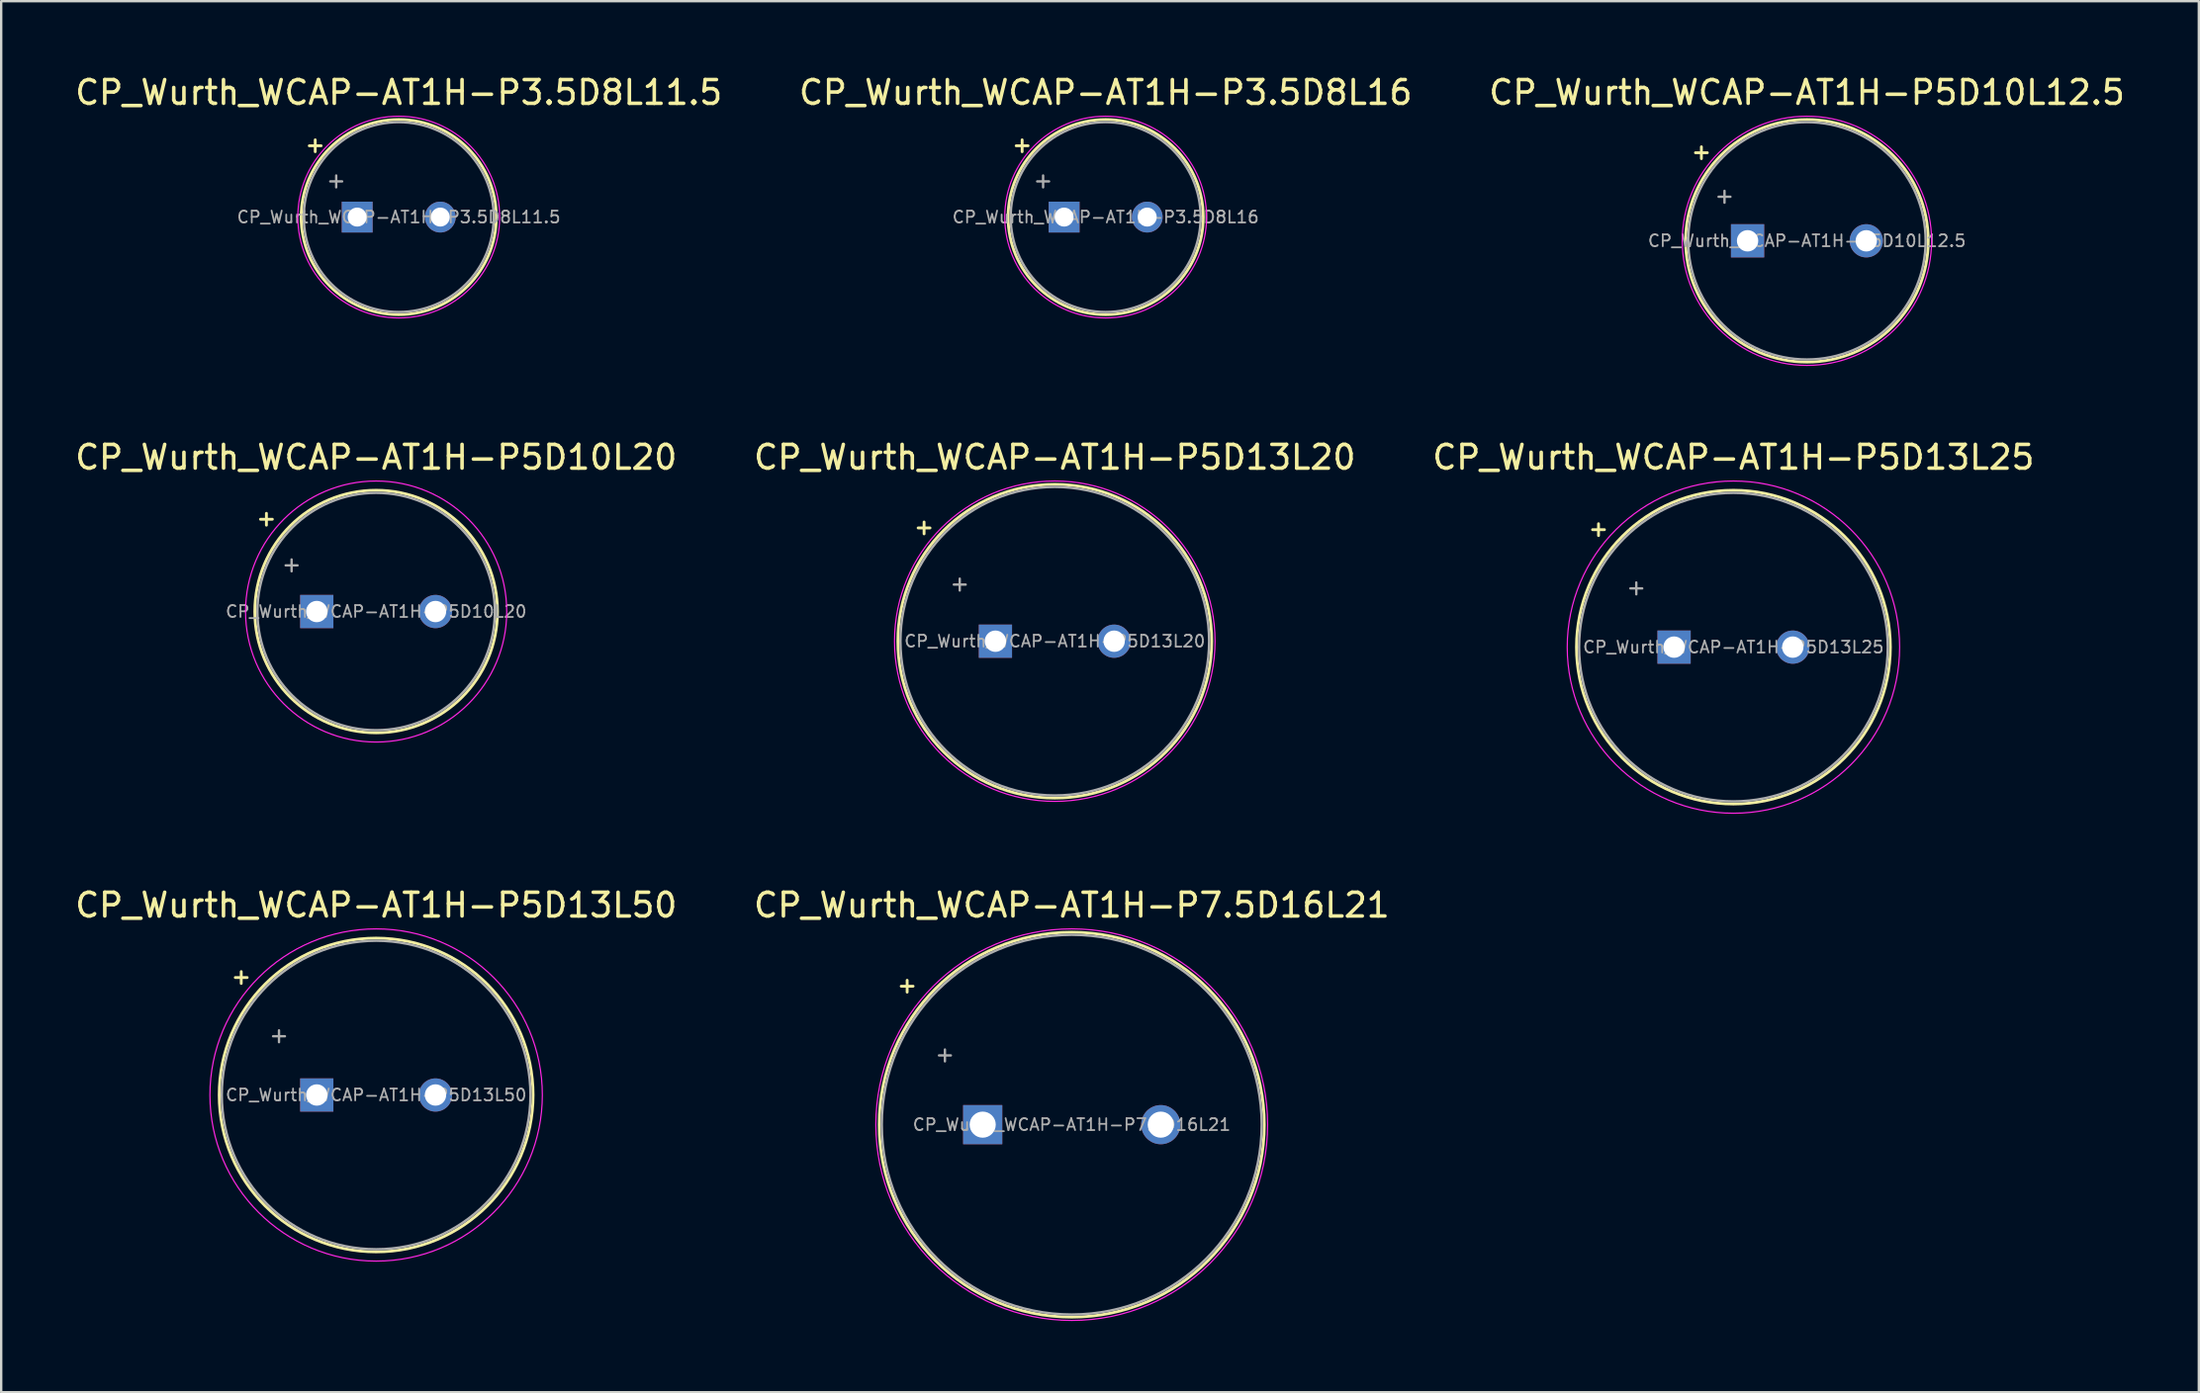
<source format=kicad_pcb>
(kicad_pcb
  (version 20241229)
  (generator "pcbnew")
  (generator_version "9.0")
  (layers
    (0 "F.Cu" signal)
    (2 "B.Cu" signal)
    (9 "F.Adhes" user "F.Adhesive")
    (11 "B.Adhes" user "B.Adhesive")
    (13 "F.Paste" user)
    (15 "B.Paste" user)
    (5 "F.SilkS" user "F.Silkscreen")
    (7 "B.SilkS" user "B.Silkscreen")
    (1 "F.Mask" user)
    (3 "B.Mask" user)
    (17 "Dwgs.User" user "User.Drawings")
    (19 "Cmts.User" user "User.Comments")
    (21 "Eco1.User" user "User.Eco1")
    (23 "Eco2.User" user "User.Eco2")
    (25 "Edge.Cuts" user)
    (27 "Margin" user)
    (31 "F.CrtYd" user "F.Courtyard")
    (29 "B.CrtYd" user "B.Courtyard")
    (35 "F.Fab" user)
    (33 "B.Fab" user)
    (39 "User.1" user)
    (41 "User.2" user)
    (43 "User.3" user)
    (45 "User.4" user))
  (footprint "CP_Wurth_WCAP-AT1H-P5D13L50"
    (layer "F.Cu")
    (at 10.292 43.095)
    (property "Reference" "CP_Wurth_WCAP-AT1H-P5D13L50" (at 2.5 -8 0) (unlocked yes) (layer "F.SilkS") (effects (font (size 1 1) (thickness 0.15))))
    (attr through_hole)
    (fp_line (start -3.432 -4.95) (end -2.932 -4.95) (stroke (width 0.12) (type solid)) (layer "F.SilkS"))
    (fp_line (start -3.182 -4.7) (end -3.182 -5.2) (stroke (width 0.12) (type solid)) (layer "F.SilkS"))
    (fp_circle (center 2.5 0) (end 9.11 0) (stroke (width 0.12) (type solid)) (fill no) (layer "F.SilkS"))
    (fp_circle (center 2.5 0) (end 9.5 0) (stroke (width 0.05) (type solid)) (fill no) (layer "F.CrtYd"))
    (fp_line (start -1.841 -2.475) (end -1.341 -2.475) (stroke (width 0.1) (type default)) (layer "F.Fab"))
    (fp_line (start -1.591 -2.225) (end -1.591 -2.725) (stroke (width 0.1) (type default)) (layer "F.Fab"))
    (fp_circle (center 2.5 0) (end 9 0) (stroke (width 0.1) (type solid)) (fill no) (layer "F.Fab"))
    (fp_text user "${REFERENCE}" (at 2.5 0 0) (unlocked yes) (layer "F.Fab") (effects (font (size 0.5 0.5) (thickness 0.075))))
    (pad "1" thru_hole rect (at 0 0) (size 1.4 1.4) (drill 0.9) (layers "*.Cu" "*.Mask"))
    (pad "2" thru_hole circle (at 5 0) (size 1.4 1.4) (drill 0.9) (layers "*.Cu" "*.Mask")))
  (footprint "CP_Wurth_WCAP-AT1H-P5D13L25"
    (layer "F.Cu")
    (at 67.458 24.221)
    (property "Reference" "CP_Wurth_WCAP-AT1H-P5D13L25" (at 2.5 -8 0) (unlocked yes) (layer "F.SilkS") (effects (font (size 1 1) (thickness 0.15))))
    (attr through_hole)
    (fp_line (start -3.432 -4.95) (end -2.932 -4.95) (stroke (width 0.12) (type solid)) (layer "F.SilkS"))
    (fp_line (start -3.182 -4.7) (end -3.182 -5.2) (stroke (width 0.12) (type solid)) (layer "F.SilkS"))
    (fp_circle (center 2.5 0) (end 9.11 0) (stroke (width 0.12) (type solid)) (fill no) (layer "F.SilkS"))
    (fp_circle (center 2.5 0) (end 9.5 0) (stroke (width 0.05) (type solid)) (fill no) (layer "F.CrtYd"))
    (fp_line (start -1.841 -2.475) (end -1.341 -2.475) (stroke (width 0.1) (type default)) (layer "F.Fab"))
    (fp_line (start -1.591 -2.225) (end -1.591 -2.725) (stroke (width 0.1) (type default)) (layer "F.Fab"))
    (fp_circle (center 2.5 0) (end 9 0) (stroke (width 0.1) (type solid)) (fill no) (layer "F.Fab"))
    (fp_text user "${REFERENCE}" (at 2.5 0 0) (unlocked yes) (layer "F.Fab") (effects (font (size 0.5 0.5) (thickness 0.075))))
    (pad "1" thru_hole rect (at 0 0) (size 1.4 1.4) (drill 0.9) (layers "*.Cu" "*.Mask"))
    (pad "2" thru_hole circle (at 5 0) (size 1.4 1.4) (drill 0.9) (layers "*.Cu" "*.Mask")))
  (footprint "CP_Wurth_WCAP-AT1H-P3.5D8L11.5"
    (layer "F.Cu")
    (at 11.994 6.098)
    (property "Reference" "CP_Wurth_WCAP-AT1H-P3.5D8L11.5" (at 1.75 -5.25 0) (unlocked yes) (layer "F.SilkS") (effects (font (size 1 1) (thickness 0.15))))
    (attr through_hole)
    (fp_line (start -2.018 -3.005) (end -1.518 -3.005) (stroke (width 0.12) (type solid)) (layer "F.SilkS"))
    (fp_line (start -1.768 -2.755) (end -1.768 -3.255) (stroke (width 0.12) (type solid)) (layer "F.SilkS"))
    (fp_circle (center 1.75 0) (end 5.86 0) (stroke (width 0.12) (type solid)) (fill no) (layer "F.SilkS"))
    (fp_circle (center 1.75 0) (end 6 0) (stroke (width 0.05) (type solid)) (fill no) (layer "F.CrtYd"))
    (fp_line (start -1.134 -1.503) (end -0.634 -1.503) (stroke (width 0.1) (type default)) (layer "F.Fab"))
    (fp_line (start -0.884 -1.253) (end -0.884 -1.753) (stroke (width 0.1) (type default)) (layer "F.Fab"))
    (fp_circle (center 1.75 0) (end 5.75 0) (stroke (width 0.1) (type solid)) (fill no) (layer "F.Fab"))
    (fp_text user "${REFERENCE}" (at 1.75 0 0) (unlocked yes) (layer "F.Fab") (effects (font (size 0.5 0.5) (thickness 0.075))))
    (pad "1" thru_hole rect (at 0 0) (size 1.3 1.3) (drill 0.8) (layers "*.Cu" "*.Mask"))
    (pad "2" thru_hole circle (at 3.5 0) (size 1.3 1.3) (drill 0.8) (layers "*.Cu" "*.Mask")))
  (footprint "CP_Wurth_WCAP-AT1H-P7.5D16L21"
    (layer "F.Cu")
    (at 38.339 44.345)
    (property "Reference" "CP_Wurth_WCAP-AT1H-P7.5D16L21" (at 3.75 -9.25 0) (unlocked yes) (layer "F.SilkS") (effects (font (size 1 1) (thickness 0.15))))
    (attr through_hole)
    (fp_line (start -3.432 -5.834) (end -2.932 -5.834) (stroke (width 0.12) (type solid)) (layer "F.SilkS"))
    (fp_line (start -3.182 -5.584) (end -3.182 -6.084) (stroke (width 0.12) (type solid)) (layer "F.SilkS"))
    (fp_circle (center 3.75 0) (end 11.86 0) (stroke (width 0.12) (type solid)) (fill no) (layer "F.SilkS"))
    (fp_circle (center 3.75 0) (end 12 0) (stroke (width 0.05) (type solid)) (fill no) (layer "F.CrtYd"))
    (fp_line (start -1.841 -2.917) (end -1.341 -2.917) (stroke (width 0.1) (type default)) (layer "F.Fab"))
    (fp_line (start -1.591 -2.667) (end -1.591 -3.167) (stroke (width 0.1) (type default)) (layer "F.Fab"))
    (fp_circle (center 3.75 0) (end 11.75 0) (stroke (width 0.1) (type solid)) (fill no) (layer "F.Fab"))
    (fp_text user "${REFERENCE}" (at 3.75 0 0) (unlocked yes) (layer "F.Fab") (effects (font (size 0.5 0.5) (thickness 0.075))))
    (pad "1" thru_hole rect (at 0 0) (size 1.65 1.65) (drill 1.1) (layers "*.Cu" "*.Mask"))
    (pad "2" thru_hole circle (at 7.5 0) (size 1.65 1.65) (drill 1.1) (layers "*.Cu" "*.Mask")))
  (footprint "CP_Wurth_WCAP-AT1H-P5D13L20"
    (layer "F.Cu")
    (at 38.875 23.971)
    (property "Reference" "CP_Wurth_WCAP-AT1H-P5D13L20" (at 2.5 -7.75 0) (unlocked yes) (layer "F.SilkS") (effects (font (size 1 1) (thickness 0.15))))
    (attr through_hole)
    (fp_line (start -3.255 -4.773) (end -2.755 -4.773) (stroke (width 0.12) (type solid)) (layer "F.SilkS"))
    (fp_line (start -3.005 -4.523) (end -3.005 -5.023) (stroke (width 0.12) (type solid)) (layer "F.SilkS"))
    (fp_circle (center 2.5 0) (end 9.11 0) (stroke (width 0.12) (type solid)) (fill no) (layer "F.SilkS"))
    (fp_circle (center 2.5 0) (end 9.25 0) (stroke (width 0.05) (type solid)) (fill no) (layer "F.CrtYd"))
    (fp_line (start -1.753 -2.386) (end -1.253 -2.386) (stroke (width 0.1) (type default)) (layer "F.Fab"))
    (fp_line (start -1.503 -2.136) (end -1.503 -2.636) (stroke (width 0.1) (type default)) (layer "F.Fab"))
    (fp_circle (center 2.5 0) (end 9 0) (stroke (width 0.1) (type solid)) (fill no) (layer "F.Fab"))
    (fp_text user "${REFERENCE}" (at 2.5 0 0) (unlocked yes) (layer "F.Fab") (effects (font (size 0.5 0.5) (thickness 0.075))))
    (pad "1" thru_hole rect (at 0 0) (size 1.4 1.4) (drill 0.9) (layers "*.Cu" "*.Mask"))
    (pad "2" thru_hole circle (at 5 0) (size 1.4 1.4) (drill 0.9) (layers "*.Cu" "*.Mask")))
  (footprint "CP_Wurth_WCAP-AT1H-P5D10L20"
    (layer "F.Cu")
    (at 10.292 22.721)
    (property "Reference" "CP_Wurth_WCAP-AT1H-P5D10L20" (at 2.5 -6.5 0) (unlocked yes) (layer "F.SilkS") (effects (font (size 1 1) (thickness 0.15))))
    (attr through_hole)
    (fp_line (start -2.371 -3.889) (end -1.871 -3.889) (stroke (width 0.12) (type solid)) (layer "F.SilkS"))
    (fp_line (start -2.121 -3.639) (end -2.121 -4.139) (stroke (width 0.12) (type solid)) (layer "F.SilkS"))
    (fp_circle (center 2.5 0) (end 7.61 0) (stroke (width 0.12) (type solid)) (fill no) (layer "F.SilkS"))
    (fp_circle (center 2.5 0) (end 8 0) (stroke (width 0.05) (type solid)) (fill no) (layer "F.CrtYd"))
    (fp_line (start -1.311 -1.945) (end -0.811 -1.945) (stroke (width 0.1) (type default)) (layer "F.Fab"))
    (fp_line (start -1.061 -1.695) (end -1.061 -2.195) (stroke (width 0.1) (type default)) (layer "F.Fab"))
    (fp_circle (center 2.5 0) (end 7.5 0) (stroke (width 0.1) (type solid)) (fill no) (layer "F.Fab"))
    (fp_text user "${REFERENCE}" (at 2.5 0 0) (unlocked yes) (layer "F.Fab") (effects (font (size 0.5 0.5) (thickness 0.075))))
    (pad "1" thru_hole rect (at 0 0) (size 1.4 1.4) (drill 0.9) (layers "*.Cu" "*.Mask"))
    (pad "2" thru_hole circle (at 5 0) (size 1.4 1.4) (drill 0.9) (layers "*.Cu" "*.Mask")))
  (footprint "CP_Wurth_WCAP-AT1H-P3.5D8L16"
    (layer "F.Cu")
    (at 41.768 6.098)
    (property "Reference" "CP_Wurth_WCAP-AT1H-P3.5D8L16" (at 1.75 -5.25 0) (unlocked yes) (layer "F.SilkS") (effects (font (size 1 1) (thickness 0.15))))
    (attr through_hole)
    (fp_line (start -2.018 -3.005) (end -1.518 -3.005) (stroke (width 0.12) (type solid)) (layer "F.SilkS"))
    (fp_line (start -1.768 -2.755) (end -1.768 -3.255) (stroke (width 0.12) (type solid)) (layer "F.SilkS"))
    (fp_circle (center 1.75 0) (end 5.86 0) (stroke (width 0.12) (type solid)) (fill no) (layer "F.SilkS"))
    (fp_circle (center 1.75 0) (end 6 0) (stroke (width 0.05) (type solid)) (fill no) (layer "F.CrtYd"))
    (fp_line (start -1.134 -1.503) (end -0.634 -1.503) (stroke (width 0.1) (type default)) (layer "F.Fab"))
    (fp_line (start -0.884 -1.253) (end -0.884 -1.753) (stroke (width 0.1) (type default)) (layer "F.Fab"))
    (fp_circle (center 1.75 0) (end 5.75 0) (stroke (width 0.1) (type solid)) (fill no) (layer "F.Fab"))
    (fp_text user "${REFERENCE}" (at 1.75 0 0) (unlocked yes) (layer "F.Fab") (effects (font (size 0.5 0.5) (thickness 0.075))))
    (pad "1" thru_hole rect (at 0 0) (size 1.3 1.3) (drill 0.8) (layers "*.Cu" "*.Mask"))
    (pad "2" thru_hole circle (at 3.5 0) (size 1.3 1.3) (drill 0.8) (layers "*.Cu" "*.Mask")))
  (footprint "CP_Wurth_WCAP-AT1H-P5D10L12.5"
    (layer "F.Cu")
    (at 70.554 7.098)
    (property "Reference" "CP_Wurth_WCAP-AT1H-P5D10L12.5" (at 2.5 -6.25 0) (unlocked yes) (layer "F.SilkS") (effects (font (size 1 1) (thickness 0.15))))
    (attr through_hole)
    (fp_line (start -2.195 -3.712) (end -1.695 -3.712) (stroke (width 0.12) (type solid)) (layer "F.SilkS"))
    (fp_line (start -1.945 -3.462) (end -1.945 -3.962) (stroke (width 0.12) (type solid)) (layer "F.SilkS"))
    (fp_circle (center 2.5 0) (end 7.61 0) (stroke (width 0.12) (type solid)) (fill no) (layer "F.SilkS"))
    (fp_circle (center 2.5 0) (end 7.75 0) (stroke (width 0.05) (type solid)) (fill no) (layer "F.CrtYd"))
    (fp_line (start -1.222 -1.856) (end -0.722 -1.856) (stroke (width 0.1) (type default)) (layer "F.Fab"))
    (fp_line (start -0.972 -1.606) (end -0.972 -2.106) (stroke (width 0.1) (type default)) (layer "F.Fab"))
    (fp_circle (center 2.5 0) (end 7.5 0) (stroke (width 0.1) (type solid)) (fill no) (layer "F.Fab"))
    (fp_text user "${REFERENCE}" (at 2.5 0 0) (unlocked yes) (layer "F.Fab") (effects (font (size 0.5 0.5) (thickness 0.075))))
    (pad "1" thru_hole rect (at 0 0) (size 1.4 1.4) (drill 0.9) (layers "*.Cu" "*.Mask"))
    (pad "2" thru_hole circle (at 5 0) (size 1.4 1.4) (drill 0.9) (layers "*.Cu" "*.Mask")))
  (gr_rect
    (start -3 -3)
    (end 89.56 55.62)
    (stroke (width 0.1) (type default))
    (fill no)
    (layer "Edge.Cuts")))
</source>
